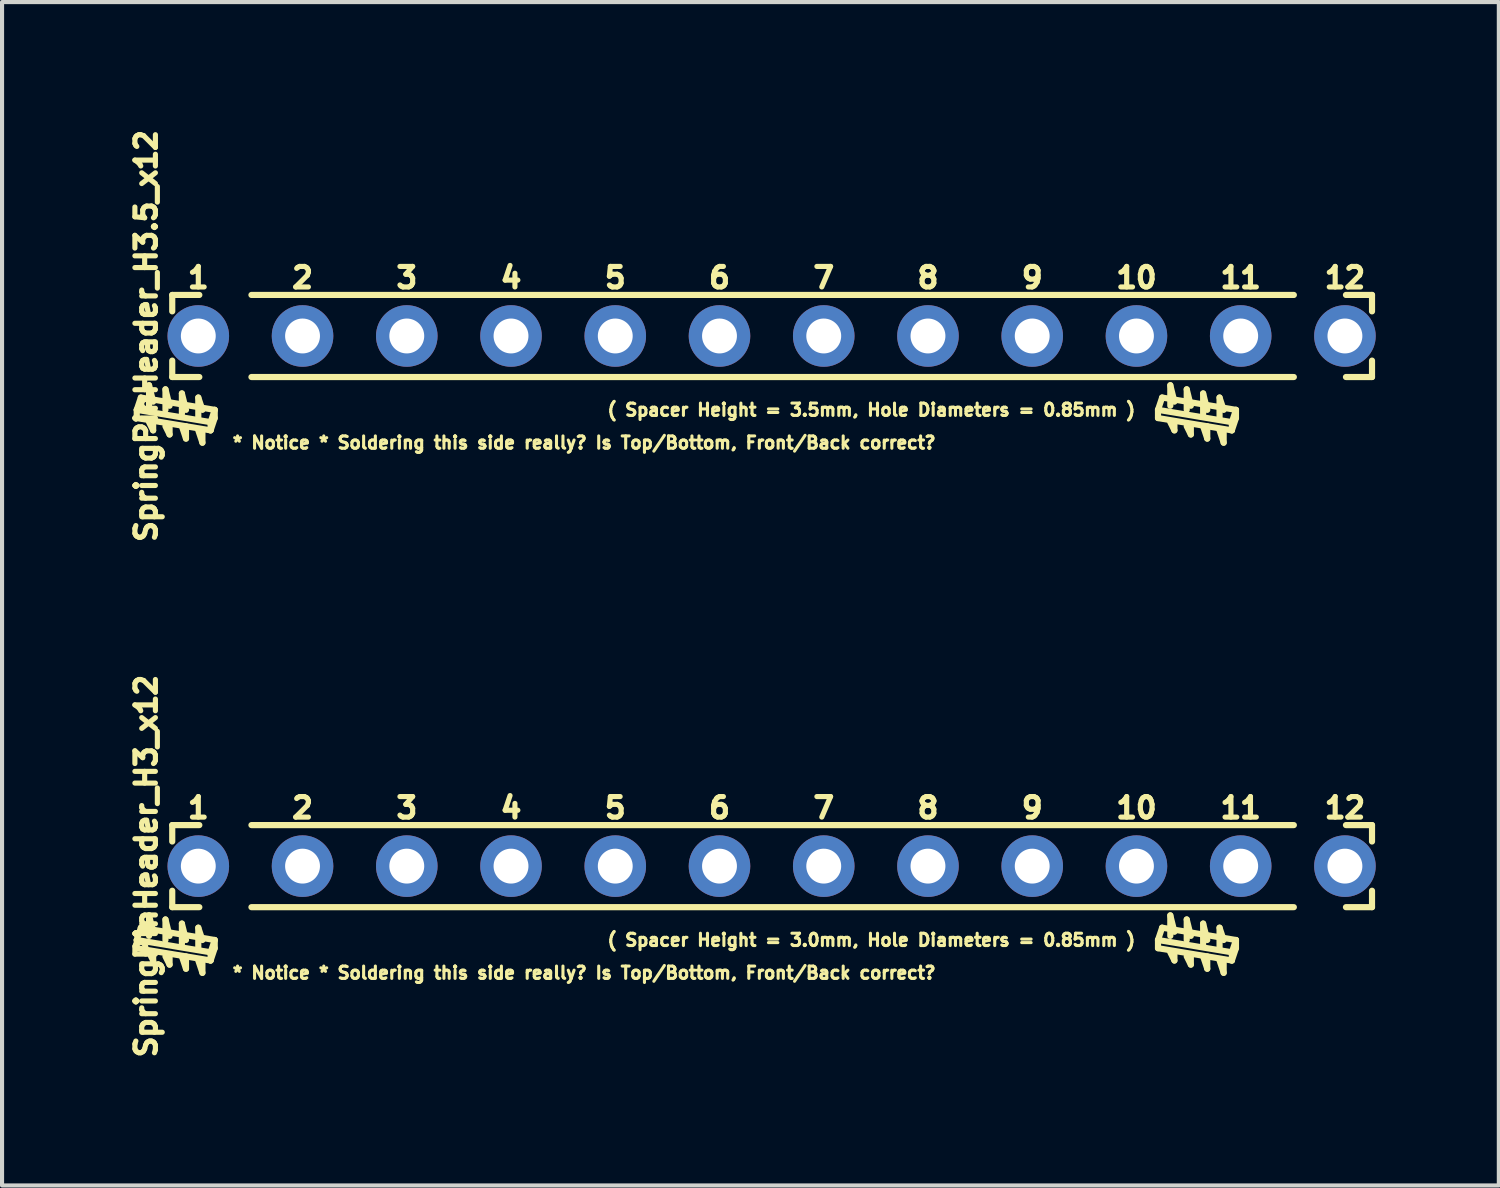
<source format=kicad_pcb>
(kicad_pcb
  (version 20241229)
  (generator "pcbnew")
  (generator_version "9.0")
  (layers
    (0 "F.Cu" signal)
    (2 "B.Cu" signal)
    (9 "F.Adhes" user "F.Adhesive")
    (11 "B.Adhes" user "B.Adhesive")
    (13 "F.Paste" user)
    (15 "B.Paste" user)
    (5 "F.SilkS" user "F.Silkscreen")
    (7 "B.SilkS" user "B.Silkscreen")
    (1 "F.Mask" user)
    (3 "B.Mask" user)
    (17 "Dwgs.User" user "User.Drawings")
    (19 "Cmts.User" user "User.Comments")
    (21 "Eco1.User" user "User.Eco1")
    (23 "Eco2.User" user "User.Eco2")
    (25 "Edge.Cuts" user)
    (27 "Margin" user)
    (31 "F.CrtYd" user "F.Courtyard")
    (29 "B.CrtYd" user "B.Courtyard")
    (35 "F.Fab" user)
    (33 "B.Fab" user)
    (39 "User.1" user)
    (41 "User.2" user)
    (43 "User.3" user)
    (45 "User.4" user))
  (footprint "SpringPinHeader_H3.5_x12"
    (layer "F.Cu")
    (at 1.782 5.137)
    (property "Reference" "SpringPinHeader_H3.5_x12" (at -1.27 0 90) (layer "F.SilkS") (effects (font (size 0.5 0.5) (thickness 0.125))))
    (attr through_hole)
    (fp_line (start -1.5 1.8) (end -1.5 2) (stroke (width 0.15) (type solid)) (layer "F.SilkS"))
    (fp_line (start -1.5 1.8) (end 0.3 2.1) (stroke (width 0.15) (type solid)) (layer "F.SilkS"))
    (fp_line (start -1.5 2) (end 0.3 2.3) (stroke (width 0.15) (type solid)) (layer "F.SilkS"))
    (fp_line (start -1.4 1.5) (end -1.5 1.8) (stroke (width 0.15) (type solid)) (layer "F.SilkS"))
    (fp_line (start -1.2 1.2) (end -1.1 1.6) (stroke (width 0.15) (type solid)) (layer "F.SilkS"))
    (fp_line (start -1.2 1.7) (end -1.2 1.2) (stroke (width 0.15) (type solid)) (layer "F.SilkS"))
    (fp_line (start -1.2 2.1) (end -1.1 2.3) (stroke (width 0.15) (type solid)) (layer "F.SilkS"))
    (fp_line (start -1.1 2.3) (end -1.1 2.1) (stroke (width 0.15) (type solid)) (layer "F.SilkS"))
    (fp_line (start -0.8 1.3) (end -0.7 1.7) (stroke (width 0.15) (type solid)) (layer "F.SilkS"))
    (fp_line (start -0.8 1.8) (end -0.8 1.3) (stroke (width 0.15) (type solid)) (layer "F.SilkS"))
    (fp_line (start -0.8 2.2) (end -0.7 2.4) (stroke (width 0.15) (type solid)) (layer "F.SilkS"))
    (fp_line (start -0.7 2.4) (end -0.7 2.2) (stroke (width 0.15) (type solid)) (layer "F.SilkS"))
    (fp_line (start -0.635 -1) (end -0.635 -0.6) (stroke (width 0.15) (type solid)) (layer "F.SilkS"))
    (fp_line (start -0.635 -1) (end 0.025 -1) (stroke (width 0.15) (type solid)) (layer "F.SilkS"))
    (fp_line (start -0.635 1) (end -0.635 0.6) (stroke (width 0.15) (type solid)) (layer "F.SilkS"))
    (fp_line (start -0.635 1) (end 0.025 1) (stroke (width 0.15) (type solid)) (layer "F.SilkS"))
    (fp_line (start -0.4 1.4) (end -0.3 1.8) (stroke (width 0.15) (type solid)) (layer "F.SilkS"))
    (fp_line (start -0.4 1.9) (end -0.4 1.4) (stroke (width 0.15) (type solid)) (layer "F.SilkS"))
    (fp_line (start -0.4 2.2) (end -0.3 2.5) (stroke (width 0.15) (type solid)) (layer "F.SilkS"))
    (fp_line (start -0.3 2.5) (end -0.3 2.2) (stroke (width 0.15) (type solid)) (layer "F.SilkS"))
    (fp_line (start 0 1.5) (end 0.1 1.8) (stroke (width 0.15) (type solid)) (layer "F.SilkS"))
    (fp_line (start 0 2) (end 0 1.5) (stroke (width 0.15) (type solid)) (layer "F.SilkS"))
    (fp_line (start 0 2.3) (end 0.1 2.6) (stroke (width 0.15) (type solid)) (layer "F.SilkS"))
    (fp_line (start 0.1 2.6) (end 0.1 2.3) (stroke (width 0.15) (type solid)) (layer "F.SilkS"))
    (fp_line (start 0.3 2.1) (end 0.4 1.8) (stroke (width 0.15) (type solid)) (layer "F.SilkS"))
    (fp_line (start 0.3 2.3) (end 0.3 2.1) (stroke (width 0.15) (type solid)) (layer "F.SilkS"))
    (fp_line (start 0.4 1.8) (end -1.4 1.5) (stroke (width 0.15) (type solid)) (layer "F.SilkS"))
    (fp_line (start 0.4 1.8) (end 0.4 2) (stroke (width 0.15) (type solid)) (layer "F.SilkS"))
    (fp_line (start 0.4 2) (end 0.3 2.3) (stroke (width 0.15) (type solid)) (layer "F.SilkS"))
    (fp_line (start 1.295 -1) (end 26.695 -1) (stroke (width 0.15) (type solid)) (layer "F.SilkS"))
    (fp_line (start 23.385 1.8) (end 23.385 2) (stroke (width 0.15) (type solid)) (layer "F.SilkS"))
    (fp_line (start 23.385 1.8) (end 25.185 2.1) (stroke (width 0.15) (type solid)) (layer "F.SilkS"))
    (fp_line (start 23.385 2) (end 25.185 2.3) (stroke (width 0.15) (type solid)) (layer "F.SilkS"))
    (fp_line (start 23.485 1.5) (end 23.385 1.8) (stroke (width 0.15) (type solid)) (layer "F.SilkS"))
    (fp_line (start 23.685 1.2) (end 23.785 1.6) (stroke (width 0.15) (type solid)) (layer "F.SilkS"))
    (fp_line (start 23.685 1.7) (end 23.685 1.2) (stroke (width 0.15) (type solid)) (layer "F.SilkS"))
    (fp_line (start 23.685 2.1) (end 23.785 2.3) (stroke (width 0.15) (type solid)) (layer "F.SilkS"))
    (fp_line (start 23.785 2.3) (end 23.785 2.1) (stroke (width 0.15) (type solid)) (layer "F.SilkS"))
    (fp_line (start 24.085 1.3) (end 24.185 1.7) (stroke (width 0.15) (type solid)) (layer "F.SilkS"))
    (fp_line (start 24.085 1.8) (end 24.085 1.3) (stroke (width 0.15) (type solid)) (layer "F.SilkS"))
    (fp_line (start 24.085 2.2) (end 24.185 2.4) (stroke (width 0.15) (type solid)) (layer "F.SilkS"))
    (fp_line (start 24.185 2.4) (end 24.185 2.2) (stroke (width 0.15) (type solid)) (layer "F.SilkS"))
    (fp_line (start 24.485 1.4) (end 24.585 1.8) (stroke (width 0.15) (type solid)) (layer "F.SilkS"))
    (fp_line (start 24.485 1.9) (end 24.485 1.4) (stroke (width 0.15) (type solid)) (layer "F.SilkS"))
    (fp_line (start 24.485 2.2) (end 24.585 2.5) (stroke (width 0.15) (type solid)) (layer "F.SilkS"))
    (fp_line (start 24.585 2.5) (end 24.585 2.2) (stroke (width 0.15) (type solid)) (layer "F.SilkS"))
    (fp_line (start 24.885 1.5) (end 24.985 1.8) (stroke (width 0.15) (type solid)) (layer "F.SilkS"))
    (fp_line (start 24.885 2) (end 24.885 1.5) (stroke (width 0.15) (type solid)) (layer "F.SilkS"))
    (fp_line (start 24.885 2.3) (end 24.985 2.6) (stroke (width 0.15) (type solid)) (layer "F.SilkS"))
    (fp_line (start 24.985 2.6) (end 24.985 2.3) (stroke (width 0.15) (type solid)) (layer "F.SilkS"))
    (fp_line (start 25.185 2.1) (end 25.285 1.8) (stroke (width 0.15) (type solid)) (layer "F.SilkS"))
    (fp_line (start 25.185 2.3) (end 25.185 2.1) (stroke (width 0.15) (type solid)) (layer "F.SilkS"))
    (fp_line (start 25.285 1.8) (end 23.485 1.5) (stroke (width 0.15) (type solid)) (layer "F.SilkS"))
    (fp_line (start 25.285 1.8) (end 25.285 2) (stroke (width 0.15) (type solid)) (layer "F.SilkS"))
    (fp_line (start 25.285 2) (end 25.185 2.3) (stroke (width 0.15) (type solid)) (layer "F.SilkS"))
    (fp_line (start 26.695 1) (end 1.295 1) (stroke (width 0.15) (type solid)) (layer "F.SilkS"))
    (fp_line (start 28.6 -1) (end 27.965 -1) (stroke (width 0.15) (type solid)) (layer "F.SilkS"))
    (fp_line (start 28.6 -1) (end 28.6 -0.6) (stroke (width 0.15) (type solid)) (layer "F.SilkS"))
    (fp_line (start 28.6 0.6) (end 28.6 1) (stroke (width 0.15) (type solid)) (layer "F.SilkS"))
    (fp_line (start 28.6 1) (end 27.965 1) (stroke (width 0.15) (type solid)) (layer "F.SilkS"))
    (fp_text user "2" (at 2.54 -1.42 0) (layer "F.SilkS") (effects (font (size 0.5 0.5) (thickness 0.125))))
    (fp_text user "7" (at 15.24 -1.42 0) (layer "F.SilkS") (effects (font (size 0.5 0.5) (thickness 0.125))))
    (fp_text user "8" (at 17.78 -1.42 0) (layer "F.SilkS") (effects (font (size 0.5 0.5) (thickness 0.125))))
    (fp_text user "4" (at 7.62 -1.42 0) (layer "F.SilkS") (effects (font (size 0.5 0.5) (thickness 0.125))))
    (fp_text user "1" (at 0 -1.42 0) (layer "F.SilkS") (effects (font (size 0.5 0.5) (thickness 0.125))))
    (fp_text user "12" (at 27.94 -1.42 0) (layer "F.SilkS") (effects (font (size 0.5 0.5) (thickness 0.125))))
    (fp_text user "5" (at 10.16 -1.42 0) (layer "F.SilkS") (effects (font (size 0.5 0.5) (thickness 0.125))))
    (fp_text user "10" (at 22.86 -1.42 0) (layer "F.SilkS") (effects (font (size 0.5 0.5) (thickness 0.125))))
    (fp_text user "9" (at 20.32 -1.42 0) (layer "F.SilkS") (effects (font (size 0.5 0.5) (thickness 0.125))))
    (fp_text user "* Notice * Soldering this side really? Is Top/Bottom, Front/Back correct?" (at 9.4 2.6 0) (layer "F.SilkS") (effects (font (size 0.3 0.3) (thickness 0.075))))
    (fp_text user "11" (at 25.4 -1.42 0) (layer "F.SilkS") (effects (font (size 0.5 0.5) (thickness 0.125))))
    (fp_text user "6" (at 12.7 -1.42 0) (layer "F.SilkS") (effects (font (size 0.5 0.5) (thickness 0.125))))
    (fp_text user "( Spacer Height = 3.5mm, Hole Diameters = 0.85mm )" (at 16.4 1.8 0) (layer "F.SilkS") (effects (font (size 0.3 0.3) (thickness 0.075))))
    (fp_text user "3" (at 5.08 -1.42 0) (layer "F.SilkS") (effects (font (size 0.5 0.5) (thickness 0.125))))
    (pad "1" thru_hole circle (at 0 0 90) (size 1.5 1.5) (drill 0.85) (layers "*.Cu" "*.Mask"))
    (pad "2" thru_hole circle (at 2.54 0) (size 1.5 1.5) (drill 0.85) (layers "*.Cu" "*.Mask"))
    (pad "3" thru_hole circle (at 5.08 0) (size 1.5 1.5) (drill 0.85) (layers "*.Cu" "*.Mask"))
    (pad "4" thru_hole circle (at 7.62 0) (size 1.5 1.5) (drill 0.85) (layers "*.Cu" "*.Mask"))
    (pad "5" thru_hole circle (at 10.16 0) (size 1.5 1.5) (drill 0.85) (layers "*.Cu" "*.Mask"))
    (pad "6" thru_hole circle (at 12.7 0) (size 1.5 1.5) (drill 0.85) (layers "*.Cu" "*.Mask"))
    (pad "7" thru_hole circle (at 15.24 0) (size 1.5 1.5) (drill 0.85) (layers "*.Cu" "*.Mask"))
    (pad "8" thru_hole circle (at 17.78 0) (size 1.5 1.5) (drill 0.85) (layers "*.Cu" "*.Mask"))
    (pad "9" thru_hole circle (at 20.32 0) (size 1.5 1.5) (drill 0.85) (layers "*.Cu" "*.Mask"))
    (pad "10" thru_hole circle (at 22.86 0) (size 1.5 1.5) (drill 0.85) (layers "*.Cu" "*.Mask"))
    (pad "11" thru_hole circle (at 25.4 0) (size 1.5 1.5) (drill 0.85) (layers "*.Cu" "*.Mask"))
    (pad "12" thru_hole circle (at 27.94 0) (size 1.5 1.5) (drill 0.85) (layers "*.Cu" "*.Mask")))
  (footprint "SpringPinHeader_H3_x12"
    (layer "F.Cu")
    (at 1.782 18.055)
    (property "Reference" "SpringPinHeader_H3_x12" (at -1.27 0 90) (layer "F.SilkS") (effects (font (size 0.5 0.5) (thickness 0.125))))
    (attr through_hole)
    (fp_line (start -1.5 1.8) (end -1.5 2) (stroke (width 0.15) (type solid)) (layer "F.SilkS"))
    (fp_line (start -1.5 1.8) (end 0.3 2.1) (stroke (width 0.15) (type solid)) (layer "F.SilkS"))
    (fp_line (start -1.5 2) (end 0.3 2.3) (stroke (width 0.15) (type solid)) (layer "F.SilkS"))
    (fp_line (start -1.4 1.5) (end -1.5 1.8) (stroke (width 0.15) (type solid)) (layer "F.SilkS"))
    (fp_line (start -1.2 1.2) (end -1.1 1.6) (stroke (width 0.15) (type solid)) (layer "F.SilkS"))
    (fp_line (start -1.2 1.7) (end -1.2 1.2) (stroke (width 0.15) (type solid)) (layer "F.SilkS"))
    (fp_line (start -1.2 2.1) (end -1.1 2.3) (stroke (width 0.15) (type solid)) (layer "F.SilkS"))
    (fp_line (start -1.1 2.3) (end -1.1 2.1) (stroke (width 0.15) (type solid)) (layer "F.SilkS"))
    (fp_line (start -0.8 1.3) (end -0.7 1.7) (stroke (width 0.15) (type solid)) (layer "F.SilkS"))
    (fp_line (start -0.8 1.8) (end -0.8 1.3) (stroke (width 0.15) (type solid)) (layer "F.SilkS"))
    (fp_line (start -0.8 2.2) (end -0.7 2.4) (stroke (width 0.15) (type solid)) (layer "F.SilkS"))
    (fp_line (start -0.7 2.4) (end -0.7 2.2) (stroke (width 0.15) (type solid)) (layer "F.SilkS"))
    (fp_line (start -0.635 -1) (end -0.635 -0.6) (stroke (width 0.15) (type solid)) (layer "F.SilkS"))
    (fp_line (start -0.635 -1) (end 0.025 -1) (stroke (width 0.15) (type solid)) (layer "F.SilkS"))
    (fp_line (start -0.635 1) (end -0.635 0.6) (stroke (width 0.15) (type solid)) (layer "F.SilkS"))
    (fp_line (start -0.635 1) (end 0.025 1) (stroke (width 0.15) (type solid)) (layer "F.SilkS"))
    (fp_line (start -0.4 1.4) (end -0.3 1.8) (stroke (width 0.15) (type solid)) (layer "F.SilkS"))
    (fp_line (start -0.4 1.9) (end -0.4 1.4) (stroke (width 0.15) (type solid)) (layer "F.SilkS"))
    (fp_line (start -0.4 2.2) (end -0.3 2.5) (stroke (width 0.15) (type solid)) (layer "F.SilkS"))
    (fp_line (start -0.3 2.5) (end -0.3 2.2) (stroke (width 0.15) (type solid)) (layer "F.SilkS"))
    (fp_line (start 0 1.5) (end 0.1 1.8) (stroke (width 0.15) (type solid)) (layer "F.SilkS"))
    (fp_line (start 0 2) (end 0 1.5) (stroke (width 0.15) (type solid)) (layer "F.SilkS"))
    (fp_line (start 0 2.3) (end 0.1 2.6) (stroke (width 0.15) (type solid)) (layer "F.SilkS"))
    (fp_line (start 0.1 2.6) (end 0.1 2.3) (stroke (width 0.15) (type solid)) (layer "F.SilkS"))
    (fp_line (start 0.3 2.1) (end 0.4 1.8) (stroke (width 0.15) (type solid)) (layer "F.SilkS"))
    (fp_line (start 0.3 2.3) (end 0.3 2.1) (stroke (width 0.15) (type solid)) (layer "F.SilkS"))
    (fp_line (start 0.4 1.8) (end -1.4 1.5) (stroke (width 0.15) (type solid)) (layer "F.SilkS"))
    (fp_line (start 0.4 1.8) (end 0.4 2) (stroke (width 0.15) (type solid)) (layer "F.SilkS"))
    (fp_line (start 0.4 2) (end 0.3 2.3) (stroke (width 0.15) (type solid)) (layer "F.SilkS"))
    (fp_line (start 1.295 -1) (end 26.695 -1) (stroke (width 0.15) (type solid)) (layer "F.SilkS"))
    (fp_line (start 23.385 1.8) (end 23.385 2) (stroke (width 0.15) (type solid)) (layer "F.SilkS"))
    (fp_line (start 23.385 1.8) (end 25.185 2.1) (stroke (width 0.15) (type solid)) (layer "F.SilkS"))
    (fp_line (start 23.385 2) (end 25.185 2.3) (stroke (width 0.15) (type solid)) (layer "F.SilkS"))
    (fp_line (start 23.485 1.5) (end 23.385 1.8) (stroke (width 0.15) (type solid)) (layer "F.SilkS"))
    (fp_line (start 23.685 1.2) (end 23.785 1.6) (stroke (width 0.15) (type solid)) (layer "F.SilkS"))
    (fp_line (start 23.685 1.7) (end 23.685 1.2) (stroke (width 0.15) (type solid)) (layer "F.SilkS"))
    (fp_line (start 23.685 2.1) (end 23.785 2.3) (stroke (width 0.15) (type solid)) (layer "F.SilkS"))
    (fp_line (start 23.785 2.3) (end 23.785 2.1) (stroke (width 0.15) (type solid)) (layer "F.SilkS"))
    (fp_line (start 24.085 1.3) (end 24.185 1.7) (stroke (width 0.15) (type solid)) (layer "F.SilkS"))
    (fp_line (start 24.085 1.8) (end 24.085 1.3) (stroke (width 0.15) (type solid)) (layer "F.SilkS"))
    (fp_line (start 24.085 2.2) (end 24.185 2.4) (stroke (width 0.15) (type solid)) (layer "F.SilkS"))
    (fp_line (start 24.185 2.4) (end 24.185 2.2) (stroke (width 0.15) (type solid)) (layer "F.SilkS"))
    (fp_line (start 24.485 1.4) (end 24.585 1.8) (stroke (width 0.15) (type solid)) (layer "F.SilkS"))
    (fp_line (start 24.485 1.9) (end 24.485 1.4) (stroke (width 0.15) (type solid)) (layer "F.SilkS"))
    (fp_line (start 24.485 2.2) (end 24.585 2.5) (stroke (width 0.15) (type solid)) (layer "F.SilkS"))
    (fp_line (start 24.585 2.5) (end 24.585 2.2) (stroke (width 0.15) (type solid)) (layer "F.SilkS"))
    (fp_line (start 24.885 1.5) (end 24.985 1.8) (stroke (width 0.15) (type solid)) (layer "F.SilkS"))
    (fp_line (start 24.885 2) (end 24.885 1.5) (stroke (width 0.15) (type solid)) (layer "F.SilkS"))
    (fp_line (start 24.885 2.3) (end 24.985 2.6) (stroke (width 0.15) (type solid)) (layer "F.SilkS"))
    (fp_line (start 24.985 2.6) (end 24.985 2.3) (stroke (width 0.15) (type solid)) (layer "F.SilkS"))
    (fp_line (start 25.185 2.1) (end 25.285 1.8) (stroke (width 0.15) (type solid)) (layer "F.SilkS"))
    (fp_line (start 25.185 2.3) (end 25.185 2.1) (stroke (width 0.15) (type solid)) (layer "F.SilkS"))
    (fp_line (start 25.285 1.8) (end 23.485 1.5) (stroke (width 0.15) (type solid)) (layer "F.SilkS"))
    (fp_line (start 25.285 1.8) (end 25.285 2) (stroke (width 0.15) (type solid)) (layer "F.SilkS"))
    (fp_line (start 25.285 2) (end 25.185 2.3) (stroke (width 0.15) (type solid)) (layer "F.SilkS"))
    (fp_line (start 26.695 1) (end 1.295 1) (stroke (width 0.15) (type solid)) (layer "F.SilkS"))
    (fp_line (start 28.6 -1) (end 27.965 -1) (stroke (width 0.15) (type solid)) (layer "F.SilkS"))
    (fp_line (start 28.6 -1) (end 28.6 -0.6) (stroke (width 0.15) (type solid)) (layer "F.SilkS"))
    (fp_line (start 28.6 0.6) (end 28.6 1) (stroke (width 0.15) (type solid)) (layer "F.SilkS"))
    (fp_line (start 28.6 1) (end 27.965 1) (stroke (width 0.15) (type solid)) (layer "F.SilkS"))
    (fp_text user "( Spacer Height = 3.0mm, Hole Diameters = 0.85mm )" (at 16.4 1.8 0) (layer "F.SilkS") (effects (font (size 0.3 0.3) (thickness 0.075))))
    (fp_text user "12" (at 27.94 -1.42 0) (layer "F.SilkS") (effects (font (size 0.5 0.5) (thickness 0.125))))
    (fp_text user "10" (at 22.86 -1.42 0) (layer "F.SilkS") (effects (font (size 0.5 0.5) (thickness 0.125))))
    (fp_text user "3" (at 5.08 -1.42 0) (layer "F.SilkS") (effects (font (size 0.5 0.5) (thickness 0.125))))
    (fp_text user "6" (at 12.7 -1.42 0) (layer "F.SilkS") (effects (font (size 0.5 0.5) (thickness 0.125))))
    (fp_text user "8" (at 17.78 -1.42 0) (layer "F.SilkS") (effects (font (size 0.5 0.5) (thickness 0.125))))
    (fp_text user "2" (at 2.54 -1.42 0) (layer "F.SilkS") (effects (font (size 0.5 0.5) (thickness 0.125))))
    (fp_text user "9" (at 20.32 -1.42 0) (layer "F.SilkS") (effects (font (size 0.5 0.5) (thickness 0.125))))
    (fp_text user "4" (at 7.62 -1.42 0) (layer "F.SilkS") (effects (font (size 0.5 0.5) (thickness 0.125))))
    (fp_text user "11" (at 25.4 -1.42 0) (layer "F.SilkS") (effects (font (size 0.5 0.5) (thickness 0.125))))
    (fp_text user "* Notice * Soldering this side really? Is Top/Bottom, Front/Back correct?" (at 9.4 2.6 0) (layer "F.SilkS") (effects (font (size 0.3 0.3) (thickness 0.075))))
    (fp_text user "1" (at 0 -1.42 0) (layer "F.SilkS") (effects (font (size 0.5 0.5) (thickness 0.125))))
    (fp_text user "5" (at 10.16 -1.42 0) (layer "F.SilkS") (effects (font (size 0.5 0.5) (thickness 0.125))))
    (fp_text user "7" (at 15.24 -1.42 0) (layer "F.SilkS") (effects (font (size 0.5 0.5) (thickness 0.125))))
    (pad "1" thru_hole circle (at 0 0 90) (size 1.5 1.5) (drill 0.85) (layers "*.Cu" "*.Mask"))
    (pad "2" thru_hole circle (at 2.54 0) (size 1.5 1.5) (drill 0.85) (layers "*.Cu" "*.Mask"))
    (pad "3" thru_hole circle (at 5.08 0) (size 1.5 1.5) (drill 0.85) (layers "*.Cu" "*.Mask"))
    (pad "4" thru_hole circle (at 7.62 0) (size 1.5 1.5) (drill 0.85) (layers "*.Cu" "*.Mask"))
    (pad "5" thru_hole circle (at 10.16 0) (size 1.5 1.5) (drill 0.85) (layers "*.Cu" "*.Mask"))
    (pad "6" thru_hole circle (at 12.7 0) (size 1.5 1.5) (drill 0.85) (layers "*.Cu" "*.Mask"))
    (pad "7" thru_hole circle (at 15.24 0) (size 1.5 1.5) (drill 0.85) (layers "*.Cu" "*.Mask"))
    (pad "8" thru_hole circle (at 17.78 0) (size 1.5 1.5) (drill 0.85) (layers "*.Cu" "*.Mask"))
    (pad "9" thru_hole circle (at 20.32 0) (size 1.5 1.5) (drill 0.85) (layers "*.Cu" "*.Mask"))
    (pad "10" thru_hole circle (at 22.86 0) (size 1.5 1.5) (drill 0.85) (layers "*.Cu" "*.Mask"))
    (pad "11" thru_hole circle (at 25.4 0) (size 1.5 1.5) (drill 0.85) (layers "*.Cu" "*.Mask"))
    (pad "12" thru_hole circle (at 27.94 0) (size 1.5 1.5) (drill 0.85) (layers "*.Cu" "*.Mask")))
  (gr_rect
    (start -3 -3)
    (end 33.472 25.836)
    (stroke (width 0.1) (type default))
    (fill no)
    (layer "Edge.Cuts")))
</source>
